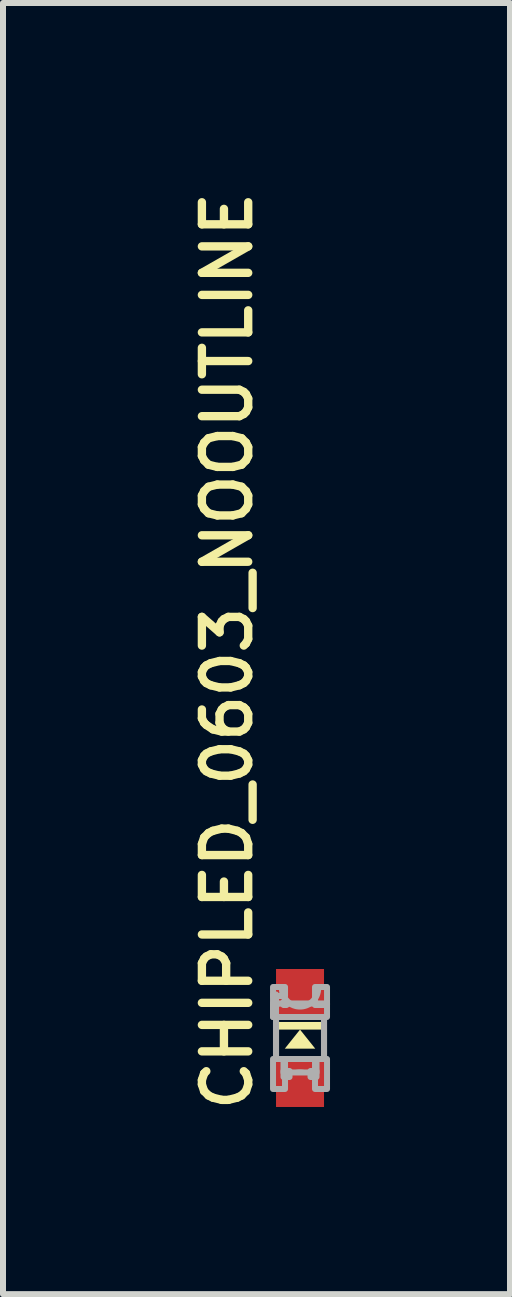
<source format=kicad_pcb>
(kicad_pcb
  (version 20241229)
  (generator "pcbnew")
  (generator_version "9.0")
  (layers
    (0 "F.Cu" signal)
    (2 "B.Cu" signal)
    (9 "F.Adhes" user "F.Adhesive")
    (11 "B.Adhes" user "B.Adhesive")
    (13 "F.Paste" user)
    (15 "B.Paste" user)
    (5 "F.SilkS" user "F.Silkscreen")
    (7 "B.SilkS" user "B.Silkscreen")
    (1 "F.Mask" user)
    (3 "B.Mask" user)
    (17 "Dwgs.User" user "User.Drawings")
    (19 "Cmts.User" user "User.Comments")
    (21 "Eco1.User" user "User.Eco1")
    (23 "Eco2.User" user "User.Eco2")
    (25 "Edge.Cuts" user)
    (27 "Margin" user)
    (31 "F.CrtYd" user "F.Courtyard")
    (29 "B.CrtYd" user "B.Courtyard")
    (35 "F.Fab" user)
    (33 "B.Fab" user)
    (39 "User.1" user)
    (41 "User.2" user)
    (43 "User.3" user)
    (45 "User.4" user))
  (footprint "CHIPLED_0603_NOOUTLINE"
    (layer "F.Cu")
    (at 1.951 14.252)
    (property "Reference" "CHIPLED_0603_NOOUTLINE" (at -0.762 1.27 270) (layer "F.SilkS") (effects (font (size 0.772 0.772) (thickness 0.139)) (justify left bottom)))
    (attr through_hole)
    (fp_poly (pts (xy 0 -0.14) (xy -0.254 0.178) (xy 0.254 0.178)) (stroke (width 0) (type solid)) (fill yes) (layer "F.SilkS"))
    (fp_poly (pts (xy -0.381 -0.14) (xy 0.381 -0.14) (xy 0.381 -0.267) (xy -0.381 -0.267)) (stroke (width 0) (type solid)) (fill yes) (layer "F.SilkS"))
    (fp_line (start -0.4 -0.375) (end -0.4 0.35) (stroke (width 0.102) (type solid)) (layer "F.Fab"))
    (fp_line (start 0.4 -0.35) (end 0.4 0.35) (stroke (width 0.102) (type solid)) (layer "F.Fab"))
    (fp_arc (start -0.275 0.825) (mid 0 0.55) (end 0.275 0.825) (stroke (width 0.0508) (type solid)) (layer "F.Fab"))
    (fp_arc (start 0.3 -0.799998) (mid -0.000001 -0.524966) (end -0.3 -0.8) (stroke (width 0.1016) (type solid)) (layer "F.Fab"))
    (fp_circle (center -0.35 -0.625) (end -0.275 -0.625) (stroke (width 0.051) (type solid)) (fill no) (layer "F.Fab"))
    (fp_poly (pts (xy -0.45 -0.7) (xy -0.25 -0.7) (xy -0.25 -0.85) (xy -0.45 -0.85)) (stroke (width 0.1) (type solid)) (fill no) (layer "F.Fab"))
    (fp_poly (pts (xy -0.45 -0.35) (xy -0.4 -0.35) (xy -0.4 -0.725) (xy -0.45 -0.725)) (stroke (width 0.1) (type solid)) (fill no) (layer "F.Fab"))
    (fp_poly (pts (xy -0.45 -0.35) (xy 0.45 -0.35) (xy 0.45 -0.575) (xy -0.45 -0.575)) (stroke (width 0.1) (type solid)) (fill no) (layer "F.Fab"))
    (fp_poly (pts (xy -0.45 0.85) (xy -0.25 0.85) (xy -0.25 0.35) (xy -0.45 0.35)) (stroke (width 0.1) (type solid)) (fill no) (layer "F.Fab"))
    (fp_poly (pts (xy -0.275 -0.55) (xy -0.225 -0.55) (xy -0.225 -0.6) (xy -0.275 -0.6)) (stroke (width 0.1) (type solid)) (fill no) (layer "F.Fab"))
    (fp_poly (pts (xy -0.275 0.575) (xy 0.275 0.575) (xy 0.275 0.35) (xy -0.275 0.35)) (stroke (width 0.1) (type solid)) (fill no) (layer "F.Fab"))
    (fp_poly (pts (xy -0.275 0.65) (xy -0.175 0.65) (xy -0.175 0.55) (xy -0.275 0.55)) (stroke (width 0.1) (type solid)) (fill no) (layer "F.Fab"))
    (fp_poly (pts (xy 0.175 0.65) (xy 0.275 0.65) (xy 0.275 0.55) (xy 0.175 0.55)) (stroke (width 0.1) (type solid)) (fill no) (layer "F.Fab"))
    (fp_poly (pts (xy 0.25 -0.55) (xy 0.45 -0.55) (xy 0.45 -0.85) (xy 0.25 -0.85)) (stroke (width 0.1) (type solid)) (fill no) (layer "F.Fab"))
    (fp_poly (pts (xy 0.25 0.85) (xy 0.45 0.85) (xy 0.45 0.35) (xy 0.25 0.35)) (stroke (width 0.1) (type solid)) (fill no) (layer "F.Fab"))
    (pad "A" smd rect (at 0 0.75) (size 0.8 0.8) (layers "F.Cu" "F.Mask" "F.Paste"))
    (pad "C" smd rect (at 0 -0.75) (size 0.8 0.8) (layers "F.Cu" "F.Mask" "F.Paste")))
  (gr_rect
    (start -3 -3)
    (end 5.451 18.522)
    (stroke (width 0.1) (type default))
    (fill no)
    (layer "Edge.Cuts")))
</source>
